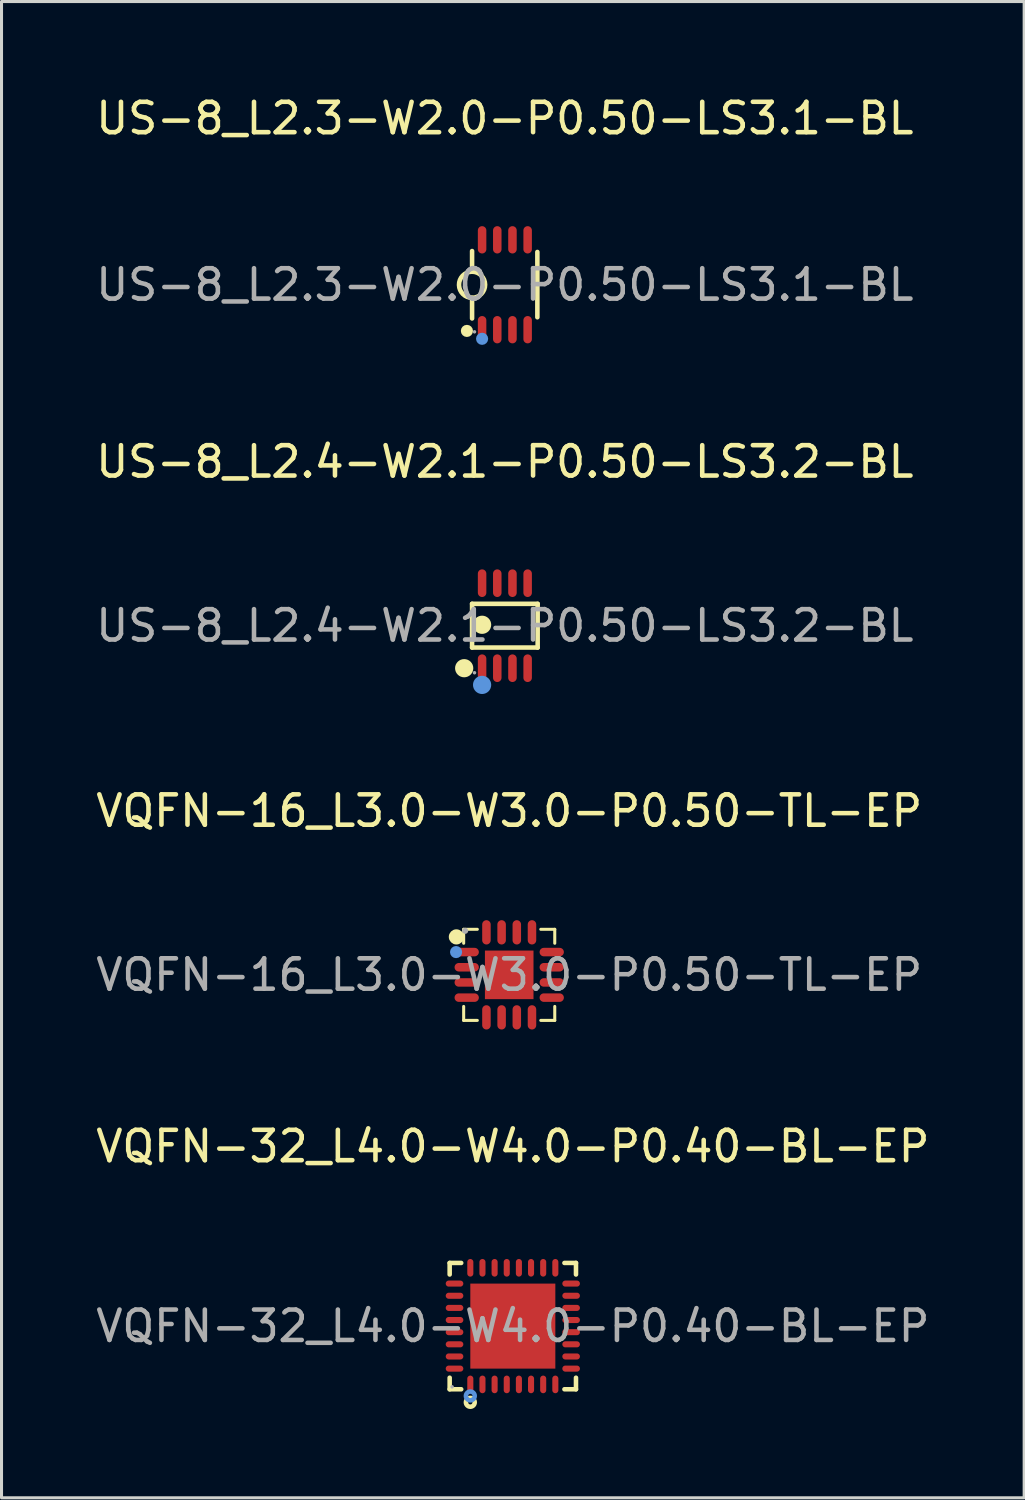
<source format=kicad_pcb>
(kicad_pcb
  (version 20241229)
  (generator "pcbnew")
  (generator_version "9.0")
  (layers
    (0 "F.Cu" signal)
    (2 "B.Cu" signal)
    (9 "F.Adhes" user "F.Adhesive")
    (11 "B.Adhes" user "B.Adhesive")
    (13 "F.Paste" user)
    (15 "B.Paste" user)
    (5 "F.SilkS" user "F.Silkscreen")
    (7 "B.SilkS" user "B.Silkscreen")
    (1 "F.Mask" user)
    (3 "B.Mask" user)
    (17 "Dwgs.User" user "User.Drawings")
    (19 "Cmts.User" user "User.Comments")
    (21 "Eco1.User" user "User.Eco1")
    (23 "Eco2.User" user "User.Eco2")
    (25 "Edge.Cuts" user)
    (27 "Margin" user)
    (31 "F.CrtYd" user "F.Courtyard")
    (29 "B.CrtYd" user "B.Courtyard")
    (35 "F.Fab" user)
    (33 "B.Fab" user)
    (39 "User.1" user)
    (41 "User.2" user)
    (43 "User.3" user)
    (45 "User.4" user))
  (footprint "VQFN-16_L3.0-W3.0-P0.50-TL-EP"
    (layer "F.Cu")
    (at 13.72 29.055)
    (property "Reference" "VQFN-16_L3.0-W3.0-P0.50-TL-EP" (at 0 -5.4 0) (layer "F.SilkS") (effects (font (size 1 1) (thickness 0.15))))
    (attr through_hole)
    (fp_line (start -1.5 -1.5) (end -1.5 -1.04) (stroke (width 0.1) (type solid)) (layer "F.SilkS"))
    (fp_line (start -1.5 1.04) (end -1.5 1.5) (stroke (width 0.1) (type solid)) (layer "F.SilkS"))
    (fp_line (start -1.5 1.5) (end -1.05 1.5) (stroke (width 0.1) (type solid)) (layer "F.SilkS"))
    (fp_line (start -1.05 -1.5) (end -1.5 -1.5) (stroke (width 0.1) (type solid)) (layer "F.SilkS"))
    (fp_line (start 1.04 1.5) (end 1.5 1.5) (stroke (width 0.1) (type solid)) (layer "F.SilkS"))
    (fp_line (start 1.5 -1.5) (end 1.04 -1.5) (stroke (width 0.1) (type solid)) (layer "F.SilkS"))
    (fp_line (start 1.5 -1.5) (end 1.5 -1.04) (stroke (width 0.1) (type solid)) (layer "F.SilkS"))
    (fp_line (start 1.5 1.04) (end 1.5 1.5) (stroke (width 0.1) (type solid)) (layer "F.SilkS"))
    (fp_arc (start -1.74 -1.25) (mid -1.74 -1.25) (end -1.74 -1.25) (stroke (width 0.25) (type solid)) (layer "F.SilkS"))
    (fp_circle (center -1.75 -0.75) (end -1.65 -0.75) (stroke (width 0.2) (type solid)) (fill no) (layer "Cmts.User"))
    (fp_circle (center -1.45 -1.45) (end -1.4 -1.45) (stroke (width 0.1) (type solid)) (fill no) (layer "F.Fab"))
    (fp_text user "${REFERENCE}" (at 0 0 0) (layer "F.Fab") (effects (font (size 1 1) (thickness 0.15))))
    (pad "1" smd oval (at -1.4 -0.75 90) (size 0.28 0.8) (layers "F.Cu" "F.Mask" "F.Paste"))
    (pad "2" smd oval (at -1.4 -0.25 90) (size 0.28 0.8) (layers "F.Cu" "F.Mask" "F.Paste"))
    (pad "3" smd oval (at -1.4 0.25 90) (size 0.28 0.8) (layers "F.Cu" "F.Mask" "F.Paste"))
    (pad "4" smd oval (at -1.4 0.75 90) (size 0.28 0.8) (layers "F.Cu" "F.Mask" "F.Paste"))
    (pad "5" smd oval (at -0.75 1.4) (size 0.28 0.8) (layers "F.Cu" "F.Mask" "F.Paste"))
    (pad "6" smd oval (at -0.25 1.4) (size 0.28 0.8) (layers "F.Cu" "F.Mask" "F.Paste"))
    (pad "7" smd oval (at 0.25 1.4) (size 0.28 0.8) (layers "F.Cu" "F.Mask" "F.Paste"))
    (pad "8" smd oval (at 0.75 1.4) (size 0.28 0.8) (layers "F.Cu" "F.Mask" "F.Paste"))
    (pad "9" smd oval (at 1.4 0.75 90) (size 0.28 0.8) (layers "F.Cu" "F.Mask" "F.Paste"))
    (pad "10" smd oval (at 1.4 0.25 90) (size 0.28 0.8) (layers "F.Cu" "F.Mask" "F.Paste"))
    (pad "11" smd oval (at 1.4 -0.25 90) (size 0.28 0.8) (layers "F.Cu" "F.Mask" "F.Paste"))
    (pad "12" smd oval (at 1.4 -0.75 90) (size 0.28 0.8) (layers "F.Cu" "F.Mask" "F.Paste"))
    (pad "13" smd oval (at 0.75 -1.4) (size 0.28 0.8) (layers "F.Cu" "F.Mask" "F.Paste"))
    (pad "14" smd oval (at 0.25 -1.4) (size 0.28 0.8) (layers "F.Cu" "F.Mask" "F.Paste"))
    (pad "15" smd oval (at -0.25 -1.4) (size 0.28 0.8) (layers "F.Cu" "F.Mask" "F.Paste"))
    (pad "16" smd oval (at -0.75 -1.4) (size 0.28 0.8) (layers "F.Cu" "F.Mask" "F.Paste"))
    (pad "17" smd rect (at 0 0) (size 1.6 1.6) (layers "F.Cu" "F.Mask" "F.Paste")))
  (footprint "US-8_L2.3-W2.0-P0.50-LS3.1-BL"
    (layer "F.Cu")
    (at 13.577 6.328)
    (property "Reference" "US-8_L2.3-W2.0-P0.50-LS3.1-BL" (at 0 -5.48 0) (layer "F.SilkS") (effects (font (size 1 1) (thickness 0.15))))
    (attr through_hole)
    (fp_line (start -1.08 -1.11) (end -1.08 -0.43) (stroke (width 0.15) (type solid)) (layer "F.SilkS"))
    (fp_line (start -1.08 1.11) (end -1.08 0.43) (stroke (width 0.15) (type solid)) (layer "F.SilkS"))
    (fp_line (start 1.07 -1.08) (end 1.07 1.07) (stroke (width 0.15) (type solid)) (layer "F.SilkS"))
    (fp_arc (start -1.082494 -0.430109) (mid -1.073753 0.430071) (end -1.09 -0.43) (stroke (width 0.15) (type solid)) (layer "F.SilkS"))
    (fp_circle (center -1.25 1.52) (end -1.15 1.52) (stroke (width 0.2) (type solid)) (fill no) (layer "F.SilkS"))
    (fp_circle (center -0.75 1.78) (end -0.65 1.78) (stroke (width 0.2) (type solid)) (fill no) (layer "Cmts.User"))
    (fp_circle (center -1 1.55) (end -0.97 1.55) (stroke (width 0.06) (type solid)) (fill no) (layer "F.Fab"))
    (fp_text user "${REFERENCE}" (at 0 0 0) (layer "F.Fab") (effects (font (size 1 1) (thickness 0.15))))
    (pad "1" smd oval (at -0.75 1.48) (size 0.28 0.9) (layers "F.Cu" "F.Mask" "F.Paste"))
    (pad "2" smd oval (at -0.25 1.48) (size 0.28 0.9) (layers "F.Cu" "F.Mask" "F.Paste"))
    (pad "3" smd oval (at 0.25 1.48) (size 0.28 0.9) (layers "F.Cu" "F.Mask" "F.Paste"))
    (pad "4" smd oval (at 0.75 1.48) (size 0.28 0.9) (layers "F.Cu" "F.Mask" "F.Paste"))
    (pad "5" smd oval (at 0.75 -1.48) (size 0.28 0.9) (layers "F.Cu" "F.Mask" "F.Paste"))
    (pad "6" smd oval (at 0.25 -1.48) (size 0.28 0.9) (layers "F.Cu" "F.Mask" "F.Paste"))
    (pad "7" smd oval (at -0.25 -1.48) (size 0.28 0.9) (layers "F.Cu" "F.Mask" "F.Paste"))
    (pad "8" smd oval (at -0.75 -1.48) (size 0.28 0.9) (layers "F.Cu" "F.Mask" "F.Paste")))
  (footprint "VQFN-32_L4.0-W4.0-P0.40-BL-EP"
    (layer "F.Cu")
    (at 13.839 40.623)
    (property "Reference" "VQFN-32_L4.0-W4.0-P0.40-BL-EP" (at 0 -5.92 0) (layer "F.SilkS") (effects (font (size 1 1) (thickness 0.15))))
    (attr through_hole)
    (fp_line (start -2.08 -2.08) (end -1.7 -2.08) (stroke (width 0.15) (type solid)) (layer "F.SilkS"))
    (fp_line (start -2.08 -1.7) (end -2.08 -2.08) (stroke (width 0.15) (type solid)) (layer "F.SilkS"))
    (fp_line (start -2.08 1.7) (end -2.08 2.08) (stroke (width 0.15) (type solid)) (layer "F.SilkS"))
    (fp_line (start -2.08 2.08) (end -1.7 2.08) (stroke (width 0.15) (type solid)) (layer "F.SilkS"))
    (fp_line (start 2.08 -2.08) (end 1.7 -2.08) (stroke (width 0.15) (type solid)) (layer "F.SilkS"))
    (fp_line (start 2.08 -1.7) (end 2.08 -2.08) (stroke (width 0.15) (type solid)) (layer "F.SilkS"))
    (fp_line (start 2.08 1.7) (end 2.08 2.08) (stroke (width 0.15) (type solid)) (layer "F.SilkS"))
    (fp_line (start 2.08 2.08) (end 1.7 2.08) (stroke (width 0.15) (type solid)) (layer "F.SilkS"))
    (fp_circle (center -1.4 2.51) (end -1.33 2.51) (stroke (width 0.15) (type solid)) (fill no) (layer "F.SilkS"))
    (fp_circle (center -1.4 2.3) (end -1.33 2.3) (stroke (width 0.15) (type solid)) (fill no) (layer "Cmts.User"))
    (fp_circle (center -2 2) (end -1.97 2) (stroke (width 0.06) (type solid)) (fill no) (layer "F.Fab"))
    (fp_text user "${REFERENCE}" (at 0 0 0) (layer "F.Fab") (effects (font (size 1 1) (thickness 0.15))))
    (pad "1" smd oval (at -1.4 1.92) (size 0.2 0.58) (layers "F.Cu" "F.Mask" "F.Paste"))
    (pad "2" smd oval (at -1 1.92) (size 0.2 0.58) (layers "F.Cu" "F.Mask" "F.Paste"))
    (pad "3" smd oval (at -0.6 1.92) (size 0.2 0.58) (layers "F.Cu" "F.Mask" "F.Paste"))
    (pad "4" smd oval (at -0.2 1.92) (size 0.2 0.58) (layers "F.Cu" "F.Mask" "F.Paste"))
    (pad "5" smd oval (at 0.2 1.92) (size 0.2 0.58) (layers "F.Cu" "F.Mask" "F.Paste"))
    (pad "6" smd oval (at 0.6 1.92) (size 0.2 0.58) (layers "F.Cu" "F.Mask" "F.Paste"))
    (pad "7" smd oval (at 1 1.92) (size 0.2 0.58) (layers "F.Cu" "F.Mask" "F.Paste"))
    (pad "8" smd oval (at 1.4 1.92) (size 0.2 0.58) (layers "F.Cu" "F.Mask" "F.Paste"))
    (pad "9" smd oval (at 1.92 1.4) (size 0.58 0.2) (layers "F.Cu" "F.Mask" "F.Paste"))
    (pad "10" smd oval (at 1.92 1) (size 0.58 0.2) (layers "F.Cu" "F.Mask" "F.Paste"))
    (pad "11" smd oval (at 1.92 0.6) (size 0.58 0.2) (layers "F.Cu" "F.Mask" "F.Paste"))
    (pad "12" smd oval (at 1.92 0.2) (size 0.58 0.2) (layers "F.Cu" "F.Mask" "F.Paste"))
    (pad "13" smd oval (at 1.92 -0.2) (size 0.58 0.2) (layers "F.Cu" "F.Mask" "F.Paste"))
    (pad "14" smd oval (at 1.92 -0.6) (size 0.58 0.2) (layers "F.Cu" "F.Mask" "F.Paste"))
    (pad "15" smd oval (at 1.92 -1) (size 0.58 0.2) (layers "F.Cu" "F.Mask" "F.Paste"))
    (pad "16" smd oval (at 1.92 -1.4) (size 0.58 0.2) (layers "F.Cu" "F.Mask" "F.Paste"))
    (pad "17" smd oval (at 1.4 -1.92) (size 0.2 0.58) (layers "F.Cu" "F.Mask" "F.Paste"))
    (pad "18" smd oval (at 1 -1.92) (size 0.2 0.58) (layers "F.Cu" "F.Mask" "F.Paste"))
    (pad "19" smd oval (at 0.6 -1.92) (size 0.2 0.58) (layers "F.Cu" "F.Mask" "F.Paste"))
    (pad "20" smd oval (at 0.2 -1.92) (size 0.2 0.58) (layers "F.Cu" "F.Mask" "F.Paste"))
    (pad "21" smd oval (at -0.2 -1.92) (size 0.2 0.58) (layers "F.Cu" "F.Mask" "F.Paste"))
    (pad "22" smd oval (at -0.6 -1.92) (size 0.2 0.58) (layers "F.Cu" "F.Mask" "F.Paste"))
    (pad "23" smd oval (at -1 -1.92) (size 0.2 0.58) (layers "F.Cu" "F.Mask" "F.Paste"))
    (pad "24" smd oval (at -1.4 -1.92) (size 0.2 0.58) (layers "F.Cu" "F.Mask" "F.Paste"))
    (pad "25" smd oval (at -1.92 -1.4) (size 0.58 0.2) (layers "F.Cu" "F.Mask" "F.Paste"))
    (pad "26" smd oval (at -1.92 -1) (size 0.58 0.2) (layers "F.Cu" "F.Mask" "F.Paste"))
    (pad "27" smd oval (at -1.92 -0.6) (size 0.58 0.2) (layers "F.Cu" "F.Mask" "F.Paste"))
    (pad "28" smd oval (at -1.92 -0.2) (size 0.58 0.2) (layers "F.Cu" "F.Mask" "F.Paste"))
    (pad "29" smd oval (at -1.92 0.2) (size 0.58 0.2) (layers "F.Cu" "F.Mask" "F.Paste"))
    (pad "30" smd oval (at -1.92 0.6) (size 0.58 0.2) (layers "F.Cu" "F.Mask" "F.Paste"))
    (pad "31" smd oval (at -1.92 1) (size 0.58 0.2) (layers "F.Cu" "F.Mask" "F.Paste"))
    (pad "32" smd oval (at -1.92 1.4) (size 0.58 0.2) (layers "F.Cu" "F.Mask" "F.Paste"))
    (pad "33" smd rect (at 0 0) (size 2.8 2.8) (layers "F.Cu" "F.Mask" "F.Paste")))
  (footprint "US-8_L2.4-W2.1-P0.50-LS3.2-BL"
    (layer "F.Cu")
    (at 13.577 17.556)
    (property "Reference" "US-8_L2.4-W2.1-P0.50-LS3.2-BL" (at 0 -5.4 0) (layer "F.SilkS") (effects (font (size 1 1) (thickness 0.15))))
    (attr through_hole)
    (fp_line (start -1.08 -0.72) (end 1.08 -0.72) (stroke (width 0.15) (type solid)) (layer "F.SilkS"))
    (fp_line (start -1.08 0.72) (end -1.08 -0.72) (stroke (width 0.15) (type solid)) (layer "F.SilkS"))
    (fp_line (start 1.08 -0.72) (end 1.08 0.72) (stroke (width 0.15) (type solid)) (layer "F.SilkS"))
    (fp_line (start 1.08 0.72) (end -1.08 0.72) (stroke (width 0.15) (type solid)) (layer "F.SilkS"))
    (fp_circle (center -1.34 1.4) (end -1.19 1.4) (stroke (width 0.3) (type solid)) (fill no) (layer "F.SilkS"))
    (fp_circle (center -0.75 -0.03) (end -0.6 -0.03) (stroke (width 0.3) (type solid)) (fill no) (layer "F.SilkS"))
    (fp_circle (center -0.75 1.95) (end -0.6 1.95) (stroke (width 0.3) (type solid)) (fill no) (layer "Cmts.User"))
    (fp_circle (center -1 1.55) (end -0.97 1.55) (stroke (width 0.06) (type solid)) (fill no) (layer "F.Fab"))
    (fp_text user "${REFERENCE}" (at 0 0 0) (layer "F.Fab") (effects (font (size 1 1) (thickness 0.15))))
    (pad "1" smd oval (at -0.75 1.4) (size 0.28 0.91) (layers "F.Cu" "F.Mask" "F.Paste"))
    (pad "2" smd oval (at -0.25 1.4) (size 0.28 0.91) (layers "F.Cu" "F.Mask" "F.Paste"))
    (pad "3" smd oval (at 0.25 1.4) (size 0.28 0.91) (layers "F.Cu" "F.Mask" "F.Paste"))
    (pad "4" smd oval (at 0.75 1.4) (size 0.28 0.91) (layers "F.Cu" "F.Mask" "F.Paste"))
    (pad "5" smd oval (at 0.75 -1.4) (size 0.28 0.91) (layers "F.Cu" "F.Mask" "F.Paste"))
    (pad "6" smd oval (at 0.25 -1.4) (size 0.28 0.91) (layers "F.Cu" "F.Mask" "F.Paste"))
    (pad "7" smd oval (at -0.25 -1.4) (size 0.28 0.91) (layers "F.Cu" "F.Mask" "F.Paste"))
    (pad "8" smd oval (at -0.75 -1.4) (size 0.28 0.91) (layers "F.Cu" "F.Mask" "F.Paste")))
  (gr_rect
    (start -3 -3)
    (end 30.679 46.278)
    (stroke (width 0.1) (type default))
    (fill no)
    (layer "Edge.Cuts")))
</source>
